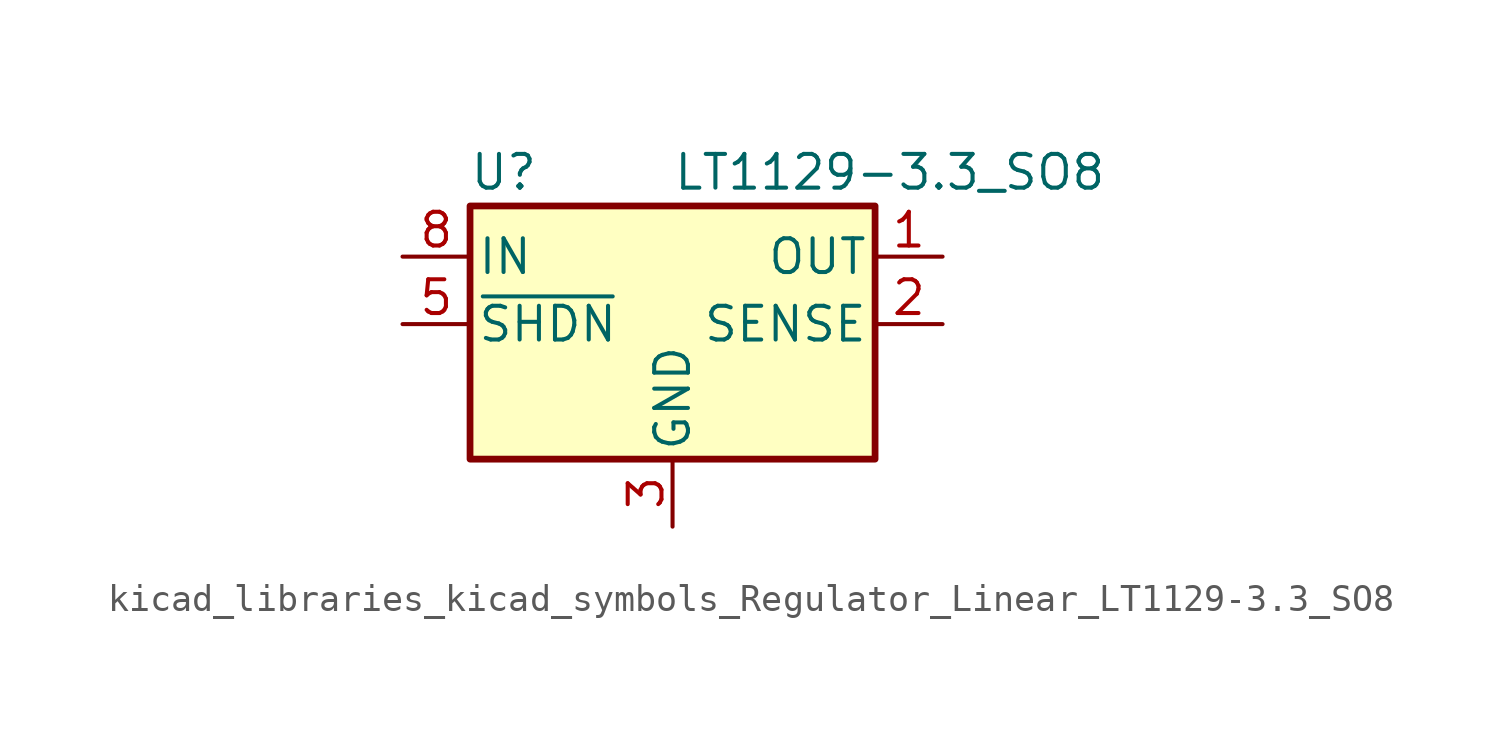
<source format=kicad_sym>
(kicad_symbol_lib
  (version 20220914)
  (generator kicad_symbol_editor)
  (symbol "kicad_libraries_kicad_symbols_Regulator_Linear_LT1129-3.3_SO8"
    (pin_names
      (offset 0.254))
    (property "Reference" "U"
      (at -6.35 5.715 0)
      (effects (font (size 1.27 1.27))))
    (property "Value" "LT1129-3.3_SO8"
      (at 0 5.715 0)
      (effects (font (size 1.27 1.27)) (justify left)))
    (symbol "kicad_libraries_kicad_symbols_Regulator_Linear_LT1129-3.3_SO8_0_1"
      (rectangle (start -7.62 -5.08) (end 7.62 4.445) (stroke (width 0.254) (type default)) (fill (type background))))
    (symbol "kicad_libraries_kicad_symbols_Regulator_Linear_LT1129-3.3_SO8_1_1"
      (pin power_out line (at 10.16 2.54 180) (length 2.54) (name "OUT" (effects (font (size 1.27 1.27)))) (number "1" (effects (font (size 1.27 1.27)))))
      (pin input line (at 10.16 0 180) (length 2.54) (name "SENSE" (effects (font (size 1.27 1.27)))) (number "2" (effects (font (size 1.27 1.27)))))
      (pin power_in line (at 0 -7.62 90) (length 2.54) (name "GND" (effects (font (size 1.27 1.27)))) (number "3" (effects (font (size 1.27 1.27)))))
      (pin no_connect line (at 7.62 -2.54 180) (length 2.54) hide (name "NC" (effects (font (size 1.27 1.27)))) (number "4" (effects (font (size 1.27 1.27)))))
      (pin input line (at -10.16 0 0) (length 2.54) (name "~{SHDN}" (effects (font (size 1.27 1.27)))) (number "5" (effects (font (size 1.27 1.27)))))
      (pin passive line (at 0 -7.62 90) (length 2.54) hide (name "GND" (effects (font (size 1.27 1.27)))) (number "6" (effects (font (size 1.27 1.27)))))
      (pin passive line (at 0 -7.62 90) (length 2.54) hide (name "GND" (effects (font (size 1.27 1.27)))) (number "7" (effects (font (size 1.27 1.27)))))
      (pin power_in line (at -10.16 2.54 0) (length 2.54) (name "IN" (effects (font (size 1.27 1.27)))) (number "8" (effects (font (size 1.27 1.27))))))))
</source>
